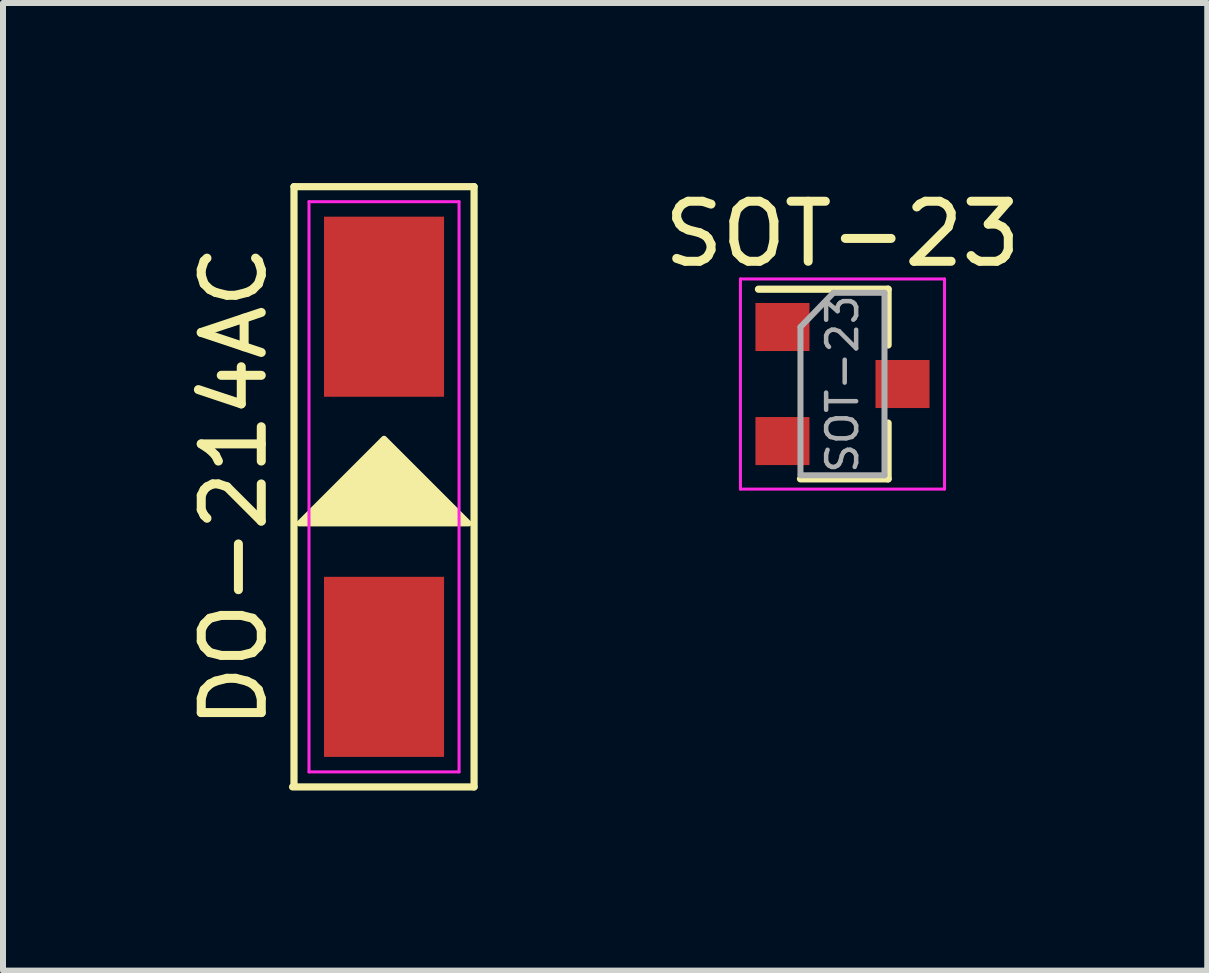
<source format=kicad_pcb>
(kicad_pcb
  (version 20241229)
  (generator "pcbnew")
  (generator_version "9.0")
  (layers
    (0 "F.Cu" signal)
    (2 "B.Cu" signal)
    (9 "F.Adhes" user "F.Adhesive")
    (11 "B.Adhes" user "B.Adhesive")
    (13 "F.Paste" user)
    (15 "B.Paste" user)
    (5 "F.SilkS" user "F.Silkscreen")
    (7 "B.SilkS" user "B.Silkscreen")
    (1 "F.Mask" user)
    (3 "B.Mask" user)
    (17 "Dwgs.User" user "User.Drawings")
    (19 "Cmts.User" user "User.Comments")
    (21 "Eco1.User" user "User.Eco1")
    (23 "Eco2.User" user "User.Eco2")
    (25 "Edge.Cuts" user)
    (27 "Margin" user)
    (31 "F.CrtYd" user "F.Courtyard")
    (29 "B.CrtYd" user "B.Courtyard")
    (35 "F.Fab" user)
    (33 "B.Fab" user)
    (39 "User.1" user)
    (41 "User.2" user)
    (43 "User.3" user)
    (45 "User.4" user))
  (footprint "DO-214AC"
    (layer "F.Cu")
    (at 3.348 5.06)
    (property "Reference" "DO-214AC" (at -2.5 0 90) (layer "F.SilkS") (effects (font (size 1 1) (thickness 0.15))))
    (attr smd)
    (fp_line (start -1.5 -5) (end 1.5 -5) (stroke (width 0.12) (type solid)) (layer "F.SilkS"))
    (fp_line (start -1.5 4.953) (end -1.5 -5) (stroke (width 0.12) (type solid)) (layer "F.SilkS"))
    (fp_line (start 1.5 -5) (end 1.5 5) (stroke (width 0.12) (type solid)) (layer "F.SilkS"))
    (fp_line (start 1.5 5) (end -1.524 5) (stroke (width 0.12) (type solid)) (layer "F.SilkS"))
    (fp_poly (pts (xy 1.41 0.61) (xy -1.41 0.61) (xy 0 -0.8)) (stroke (width 0.1) (type solid)) (fill yes) (layer "F.SilkS"))
    (fp_line (start -1.25 -4.75) (end 1.25 -4.75) (stroke (width 0.05) (type solid)) (layer "F.CrtYd"))
    (fp_line (start -1.25 4.75) (end -1.25 -4.75) (stroke (width 0.05) (type solid)) (layer "F.CrtYd"))
    (fp_line (start 1.25 -4.75) (end 1.25 4.75) (stroke (width 0.05) (type solid)) (layer "F.CrtYd"))
    (fp_line (start 1.25 4.75) (end -1.25 4.75) (stroke (width 0.05) (type solid)) (layer "F.CrtYd"))
    (pad "1" smd rect (at 0 3) (size 2 3) (layers "F.Cu" "F.Mask" "F.Paste"))
    (pad "2" smd rect (at 0 -3) (size 2 3) (layers "F.Cu" "F.Mask" "F.Paste")))
  (footprint "SOT-23"
    (layer "F.Cu")
    (at 10.986 3.348)
    (property "Reference" "SOT-23" (at 0 -2.5 0) (layer "F.SilkS") (effects (font (size 1 1) (thickness 0.15))))
    (attr smd)
    (fp_line (start 0.76 -1.58) (end -1.4 -1.58) (stroke (width 0.12) (type solid)) (layer "F.SilkS"))
    (fp_line (start 0.76 -1.58) (end 0.76 -0.65) (stroke (width 0.12) (type solid)) (layer "F.SilkS"))
    (fp_line (start 0.76 1.58) (end -0.7 1.58) (stroke (width 0.12) (type solid)) (layer "F.SilkS"))
    (fp_line (start 0.76 1.58) (end 0.76 0.65) (stroke (width 0.12) (type solid)) (layer "F.SilkS"))
    (fp_line (start -1.7 -1.75) (end 1.7 -1.75) (stroke (width 0.05) (type solid)) (layer "F.CrtYd"))
    (fp_line (start -1.7 1.75) (end -1.7 -1.75) (stroke (width 0.05) (type solid)) (layer "F.CrtYd"))
    (fp_line (start 1.7 -1.75) (end 1.7 1.75) (stroke (width 0.05) (type solid)) (layer "F.CrtYd"))
    (fp_line (start 1.7 1.75) (end -1.7 1.75) (stroke (width 0.05) (type solid)) (layer "F.CrtYd"))
    (fp_line (start -0.7 -0.95) (end -0.7 1.5) (stroke (width 0.1) (type solid)) (layer "F.Fab"))
    (fp_line (start -0.7 -0.95) (end -0.15 -1.52) (stroke (width 0.1) (type solid)) (layer "F.Fab"))
    (fp_line (start -0.7 1.52) (end 0.7 1.52) (stroke (width 0.1) (type solid)) (layer "F.Fab"))
    (fp_line (start -0.15 -1.52) (end 0.7 -1.52) (stroke (width 0.1) (type solid)) (layer "F.Fab"))
    (fp_line (start 0.7 -1.52) (end 0.7 1.52) (stroke (width 0.1) (type solid)) (layer "F.Fab"))
    (fp_text user "${REFERENCE}" (at 0 0 90) (layer "F.Fab") (effects (font (size 0.5 0.5) (thickness 0.075))))
    (pad "1" smd rect (at 1 0) (size 0.9 0.8) (layers "F.Cu" "F.Mask" "F.Paste"))
    (pad "2" smd rect (at -1 -0.95) (size 0.9 0.8) (layers "F.Cu" "F.Mask" "F.Paste"))
    (pad "3" smd rect (at -1 0.95) (size 0.9 0.8) (layers "F.Cu" "F.Mask" "F.Paste")))
  (gr_rect
    (start -3 -3)
    (end 17.063 13.12)
    (stroke (width 0.1) (type default))
    (fill no)
    (layer "Edge.Cuts")))
</source>
